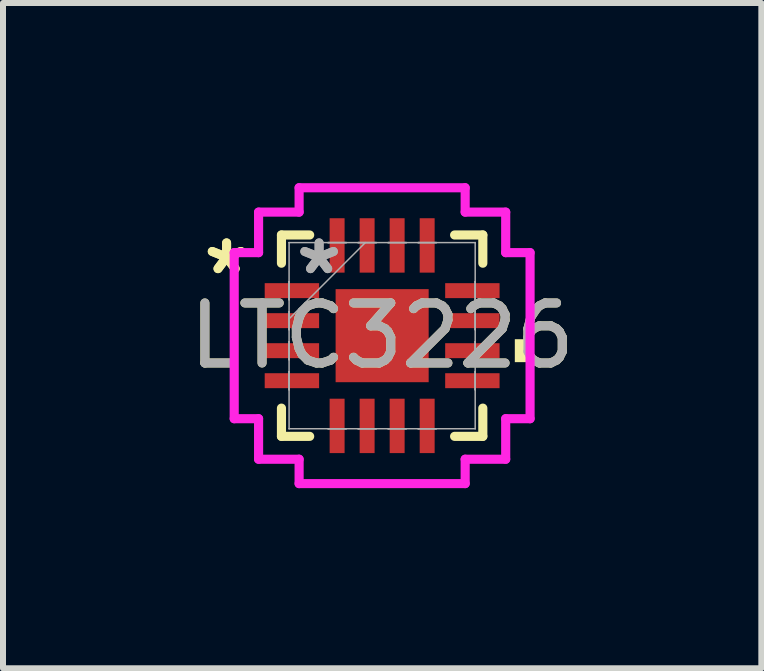
<source format=kicad_pcb>
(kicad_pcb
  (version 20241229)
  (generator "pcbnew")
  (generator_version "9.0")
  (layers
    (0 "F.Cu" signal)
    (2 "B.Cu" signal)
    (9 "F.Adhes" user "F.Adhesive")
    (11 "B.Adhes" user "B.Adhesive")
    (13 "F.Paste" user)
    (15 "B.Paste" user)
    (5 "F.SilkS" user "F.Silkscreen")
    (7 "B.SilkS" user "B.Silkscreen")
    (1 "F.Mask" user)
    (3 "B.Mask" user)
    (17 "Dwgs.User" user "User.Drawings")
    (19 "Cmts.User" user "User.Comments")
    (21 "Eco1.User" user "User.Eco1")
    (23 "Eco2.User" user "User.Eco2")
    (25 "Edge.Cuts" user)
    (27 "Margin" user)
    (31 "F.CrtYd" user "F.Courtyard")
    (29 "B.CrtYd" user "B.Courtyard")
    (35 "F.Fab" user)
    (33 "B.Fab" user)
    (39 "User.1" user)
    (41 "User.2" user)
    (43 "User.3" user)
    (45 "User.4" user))
  (footprint "LTC3226"
    (layer "F.Cu")
    (at 3.315 2.541)
    (property "Reference" "LTC3226" (at 0 0 0) (unlocked yes) (layer "F.SilkS") (effects (font (size 1 1) (thickness 0.15))))
    (attr smd)
    (fp_line (start -1.677 -1.677) (end -1.677 -1.207) (stroke (width 0.152) (type solid)) (layer "F.SilkS"))
    (fp_line (start -1.677 1.207) (end -1.677 1.677) (stroke (width 0.152) (type solid)) (layer "F.SilkS"))
    (fp_line (start -1.677 1.677) (end -1.207 1.677) (stroke (width 0.152) (type solid)) (layer "F.SilkS"))
    (fp_line (start -1.207 -1.677) (end -1.677 -1.677) (stroke (width 0.152) (type solid)) (layer "F.SilkS"))
    (fp_line (start 1.207 1.677) (end 1.677 1.677) (stroke (width 0.152) (type solid)) (layer "F.SilkS"))
    (fp_line (start 1.677 -1.677) (end 1.207 -1.677) (stroke (width 0.152) (type solid)) (layer "F.SilkS"))
    (fp_line (start 1.677 -1.207) (end 1.677 -1.677) (stroke (width 0.152) (type solid)) (layer "F.SilkS"))
    (fp_line (start 1.677 1.677) (end 1.677 1.207) (stroke (width 0.152) (type solid)) (layer "F.SilkS"))
    (fp_poly (pts (xy 2.464 0.059) (xy 2.464 0.441) (xy 2.21 0.441) (xy 2.21 0.059)) (stroke (width 0) (type solid)) (fill yes) (layer "F.SilkS"))
    (fp_line (start -2.464 -1.383) (end -2.058 -1.383) (stroke (width 0.152) (type solid)) (layer "F.CrtYd"))
    (fp_line (start -2.464 1.383) (end -2.464 -1.383) (stroke (width 0.152) (type solid)) (layer "F.CrtYd"))
    (fp_line (start -2.058 -2.058) (end -1.383 -2.058) (stroke (width 0.152) (type solid)) (layer "F.CrtYd"))
    (fp_line (start -2.058 -1.383) (end -2.058 -2.058) (stroke (width 0.152) (type solid)) (layer "F.CrtYd"))
    (fp_line (start -2.058 1.383) (end -2.464 1.383) (stroke (width 0.152) (type solid)) (layer "F.CrtYd"))
    (fp_line (start -2.058 2.058) (end -2.058 1.383) (stroke (width 0.152) (type solid)) (layer "F.CrtYd"))
    (fp_line (start -1.383 -2.464) (end 1.383 -2.464) (stroke (width 0.152) (type solid)) (layer "F.CrtYd"))
    (fp_line (start -1.383 -2.058) (end -1.383 -2.464) (stroke (width 0.152) (type solid)) (layer "F.CrtYd"))
    (fp_line (start -1.383 2.058) (end -2.058 2.058) (stroke (width 0.152) (type solid)) (layer "F.CrtYd"))
    (fp_line (start -1.383 2.464) (end -1.383 2.058) (stroke (width 0.152) (type solid)) (layer "F.CrtYd"))
    (fp_line (start 1.383 -2.464) (end 1.383 -2.058) (stroke (width 0.152) (type solid)) (layer "F.CrtYd"))
    (fp_line (start 1.383 -2.058) (end 2.058 -2.058) (stroke (width 0.152) (type solid)) (layer "F.CrtYd"))
    (fp_line (start 1.383 2.058) (end 1.383 2.464) (stroke (width 0.152) (type solid)) (layer "F.CrtYd"))
    (fp_line (start 1.383 2.464) (end -1.383 2.464) (stroke (width 0.152) (type solid)) (layer "F.CrtYd"))
    (fp_line (start 2.058 -2.058) (end 2.058 -1.383) (stroke (width 0.152) (type solid)) (layer "F.CrtYd"))
    (fp_line (start 2.058 -1.383) (end 2.464 -1.383) (stroke (width 0.152) (type solid)) (layer "F.CrtYd"))
    (fp_line (start 2.058 1.383) (end 2.058 2.058) (stroke (width 0.152) (type solid)) (layer "F.CrtYd"))
    (fp_line (start 2.058 2.058) (end 1.383 2.058) (stroke (width 0.152) (type solid)) (layer "F.CrtYd"))
    (fp_line (start 2.464 -1.383) (end 2.464 1.383) (stroke (width 0.152) (type solid)) (layer "F.CrtYd"))
    (fp_line (start 2.464 1.383) (end 2.058 1.383) (stroke (width 0.152) (type solid)) (layer "F.CrtYd"))
    (fp_line (start -1.55 -1.55) (end -1.55 -1.55) (stroke (width 0.025) (type solid)) (layer "F.Fab"))
    (fp_line (start -1.55 -1.55) (end -1.55 1.55) (stroke (width 0.025) (type solid)) (layer "F.Fab"))
    (fp_line (start -1.55 -0.9) (end -1.55 -0.9) (stroke (width 0.025) (type solid)) (layer "F.Fab"))
    (fp_line (start -1.55 -0.9) (end -1.55 -0.6) (stroke (width 0.025) (type solid)) (layer "F.Fab"))
    (fp_line (start -1.55 -0.6) (end -1.55 -0.9) (stroke (width 0.025) (type solid)) (layer "F.Fab"))
    (fp_line (start -1.55 -0.6) (end -1.55 -0.6) (stroke (width 0.025) (type solid)) (layer "F.Fab"))
    (fp_line (start -1.55 -0.4) (end -1.55 -0.4) (stroke (width 0.025) (type solid)) (layer "F.Fab"))
    (fp_line (start -1.55 -0.4) (end -1.55 -0.1) (stroke (width 0.025) (type solid)) (layer "F.Fab"))
    (fp_line (start -1.55 -0.28) (end -0.28 -1.55) (stroke (width 0.025) (type solid)) (layer "F.Fab"))
    (fp_line (start -1.55 -0.1) (end -1.55 -0.4) (stroke (width 0.025) (type solid)) (layer "F.Fab"))
    (fp_line (start -1.55 -0.1) (end -1.55 -0.1) (stroke (width 0.025) (type solid)) (layer "F.Fab"))
    (fp_line (start -1.55 0.1) (end -1.55 0.1) (stroke (width 0.025) (type solid)) (layer "F.Fab"))
    (fp_line (start -1.55 0.1) (end -1.55 0.4) (stroke (width 0.025) (type solid)) (layer "F.Fab"))
    (fp_line (start -1.55 0.4) (end -1.55 0.1) (stroke (width 0.025) (type solid)) (layer "F.Fab"))
    (fp_line (start -1.55 0.4) (end -1.55 0.4) (stroke (width 0.025) (type solid)) (layer "F.Fab"))
    (fp_line (start -1.55 0.6) (end -1.55 0.6) (stroke (width 0.025) (type solid)) (layer "F.Fab"))
    (fp_line (start -1.55 0.6) (end -1.55 0.9) (stroke (width 0.025) (type solid)) (layer "F.Fab"))
    (fp_line (start -1.55 0.9) (end -1.55 0.6) (stroke (width 0.025) (type solid)) (layer "F.Fab"))
    (fp_line (start -1.55 0.9) (end -1.55 0.9) (stroke (width 0.025) (type solid)) (layer "F.Fab"))
    (fp_line (start -1.55 1.55) (end -1.55 1.55) (stroke (width 0.025) (type solid)) (layer "F.Fab"))
    (fp_line (start -1.55 1.55) (end 1.55 1.55) (stroke (width 0.025) (type solid)) (layer "F.Fab"))
    (fp_line (start -0.9 -1.55) (end -0.9 -1.55) (stroke (width 0.025) (type solid)) (layer "F.Fab"))
    (fp_line (start -0.9 -1.55) (end -0.6 -1.55) (stroke (width 0.025) (type solid)) (layer "F.Fab"))
    (fp_line (start -0.9 1.55) (end -0.9 1.55) (stroke (width 0.025) (type solid)) (layer "F.Fab"))
    (fp_line (start -0.9 1.55) (end -0.6 1.55) (stroke (width 0.025) (type solid)) (layer "F.Fab"))
    (fp_line (start -0.6 -1.55) (end -0.9 -1.55) (stroke (width 0.025) (type solid)) (layer "F.Fab"))
    (fp_line (start -0.6 -1.55) (end -0.6 -1.55) (stroke (width 0.025) (type solid)) (layer "F.Fab"))
    (fp_line (start -0.6 1.55) (end -0.9 1.55) (stroke (width 0.025) (type solid)) (layer "F.Fab"))
    (fp_line (start -0.6 1.55) (end -0.6 1.55) (stroke (width 0.025) (type solid)) (layer "F.Fab"))
    (fp_line (start -0.4 -1.55) (end -0.4 -1.55) (stroke (width 0.025) (type solid)) (layer "F.Fab"))
    (fp_line (start -0.4 -1.55) (end -0.1 -1.55) (stroke (width 0.025) (type solid)) (layer "F.Fab"))
    (fp_line (start -0.4 1.55) (end -0.4 1.55) (stroke (width 0.025) (type solid)) (layer "F.Fab"))
    (fp_line (start -0.4 1.55) (end -0.1 1.55) (stroke (width 0.025) (type solid)) (layer "F.Fab"))
    (fp_line (start -0.1 -1.55) (end -0.4 -1.55) (stroke (width 0.025) (type solid)) (layer "F.Fab"))
    (fp_line (start -0.1 -1.55) (end -0.1 -1.55) (stroke (width 0.025) (type solid)) (layer "F.Fab"))
    (fp_line (start -0.1 1.55) (end -0.4 1.55) (stroke (width 0.025) (type solid)) (layer "F.Fab"))
    (fp_line (start -0.1 1.55) (end -0.1 1.55) (stroke (width 0.025) (type solid)) (layer "F.Fab"))
    (fp_line (start 0.1 -1.55) (end 0.1 -1.55) (stroke (width 0.025) (type solid)) (layer "F.Fab"))
    (fp_line (start 0.1 -1.55) (end 0.4 -1.55) (stroke (width 0.025) (type solid)) (layer "F.Fab"))
    (fp_line (start 0.1 1.55) (end 0.1 1.55) (stroke (width 0.025) (type solid)) (layer "F.Fab"))
    (fp_line (start 0.1 1.55) (end 0.4 1.55) (stroke (width 0.025) (type solid)) (layer "F.Fab"))
    (fp_line (start 0.4 -1.55) (end 0.1 -1.55) (stroke (width 0.025) (type solid)) (layer "F.Fab"))
    (fp_line (start 0.4 -1.55) (end 0.4 -1.55) (stroke (width 0.025) (type solid)) (layer "F.Fab"))
    (fp_line (start 0.4 1.55) (end 0.1 1.55) (stroke (width 0.025) (type solid)) (layer "F.Fab"))
    (fp_line (start 0.4 1.55) (end 0.4 1.55) (stroke (width 0.025) (type solid)) (layer "F.Fab"))
    (fp_line (start 0.6 -1.55) (end 0.6 -1.55) (stroke (width 0.025) (type solid)) (layer "F.Fab"))
    (fp_line (start 0.6 -1.55) (end 0.9 -1.55) (stroke (width 0.025) (type solid)) (layer "F.Fab"))
    (fp_line (start 0.6 1.55) (end 0.6 1.55) (stroke (width 0.025) (type solid)) (layer "F.Fab"))
    (fp_line (start 0.6 1.55) (end 0.9 1.55) (stroke (width 0.025) (type solid)) (layer "F.Fab"))
    (fp_line (start 0.9 -1.55) (end 0.6 -1.55) (stroke (width 0.025) (type solid)) (layer "F.Fab"))
    (fp_line (start 0.9 -1.55) (end 0.9 -1.55) (stroke (width 0.025) (type solid)) (layer "F.Fab"))
    (fp_line (start 0.9 1.55) (end 0.6 1.55) (stroke (width 0.025) (type solid)) (layer "F.Fab"))
    (fp_line (start 0.9 1.55) (end 0.9 1.55) (stroke (width 0.025) (type solid)) (layer "F.Fab"))
    (fp_line (start 1.55 -1.55) (end -1.55 -1.55) (stroke (width 0.025) (type solid)) (layer "F.Fab"))
    (fp_line (start 1.55 -1.55) (end 1.55 -1.55) (stroke (width 0.025) (type solid)) (layer "F.Fab"))
    (fp_line (start 1.55 -0.9) (end 1.55 -0.9) (stroke (width 0.025) (type solid)) (layer "F.Fab"))
    (fp_line (start 1.55 -0.9) (end 1.55 -0.6) (stroke (width 0.025) (type solid)) (layer "F.Fab"))
    (fp_line (start 1.55 -0.6) (end 1.55 -0.9) (stroke (width 0.025) (type solid)) (layer "F.Fab"))
    (fp_line (start 1.55 -0.6) (end 1.55 -0.6) (stroke (width 0.025) (type solid)) (layer "F.Fab"))
    (fp_line (start 1.55 -0.4) (end 1.55 -0.4) (stroke (width 0.025) (type solid)) (layer "F.Fab"))
    (fp_line (start 1.55 -0.4) (end 1.55 -0.1) (stroke (width 0.025) (type solid)) (layer "F.Fab"))
    (fp_line (start 1.55 -0.1) (end 1.55 -0.4) (stroke (width 0.025) (type solid)) (layer "F.Fab"))
    (fp_line (start 1.55 -0.1) (end 1.55 -0.1) (stroke (width 0.025) (type solid)) (layer "F.Fab"))
    (fp_line (start 1.55 0.1) (end 1.55 0.1) (stroke (width 0.025) (type solid)) (layer "F.Fab"))
    (fp_line (start 1.55 0.1) (end 1.55 0.4) (stroke (width 0.025) (type solid)) (layer "F.Fab"))
    (fp_line (start 1.55 0.4) (end 1.55 0.1) (stroke (width 0.025) (type solid)) (layer "F.Fab"))
    (fp_line (start 1.55 0.4) (end 1.55 0.4) (stroke (width 0.025) (type solid)) (layer "F.Fab"))
    (fp_line (start 1.55 0.6) (end 1.55 0.6) (stroke (width 0.025) (type solid)) (layer "F.Fab"))
    (fp_line (start 1.55 0.6) (end 1.55 0.9) (stroke (width 0.025) (type solid)) (layer "F.Fab"))
    (fp_line (start 1.55 0.9) (end 1.55 0.6) (stroke (width 0.025) (type solid)) (layer "F.Fab"))
    (fp_line (start 1.55 0.9) (end 1.55 0.9) (stroke (width 0.025) (type solid)) (layer "F.Fab"))
    (fp_line (start 1.55 1.55) (end 1.55 -1.55) (stroke (width 0.025) (type solid)) (layer "F.Fab"))
    (fp_line (start 1.55 1.55) (end 1.55 1.55) (stroke (width 0.025) (type solid)) (layer "F.Fab"))
    (fp_text user "*" (at -2.591 -1 0) (unlocked yes) (layer "F.SilkS") (effects (font (size 1 1) (thickness 0.15))))
    (fp_text user "*" (at -2.591 -1 0) (layer "F.SilkS") (effects (font (size 1 1) (thickness 0.15))))
    (fp_text user "*" (at -1.05 -1 0) (layer "F.Fab") (effects (font (size 1 1) (thickness 0.15))))
    (fp_text user "*" (at -1.05 -1 0) (unlocked yes) (layer "F.Fab") (effects (font (size 1 1) (thickness 0.15))))
    (fp_text user "${REFERENCE}" (at 0 0 0) (unlocked yes) (layer "F.Fab") (effects (font (size 1 1) (thickness 0.15))))
    (pad "1" smd rect (at -1.503 -0.75 90) (size 0.249 0.906) (layers "F.Cu" "F.Mask" "F.Paste"))
    (pad "2" smd rect (at -1.503 -0.25 90) (size 0.249 0.906) (layers "F.Cu" "F.Mask" "F.Paste"))
    (pad "3" smd rect (at -1.503 0.25 90) (size 0.249 0.906) (layers "F.Cu" "F.Mask" "F.Paste"))
    (pad "4" smd rect (at -1.503 0.75 90) (size 0.249 0.906) (layers "F.Cu" "F.Mask" "F.Paste"))
    (pad "5" smd rect (at -0.75 1.503) (size 0.249 0.906) (layers "F.Cu" "F.Mask" "F.Paste"))
    (pad "6" smd rect (at -0.25 1.503) (size 0.249 0.906) (layers "F.Cu" "F.Mask" "F.Paste"))
    (pad "7" smd rect (at 0.25 1.503) (size 0.249 0.906) (layers "F.Cu" "F.Mask" "F.Paste"))
    (pad "8" smd rect (at 0.75 1.503) (size 0.249 0.906) (layers "F.Cu" "F.Mask" "F.Paste"))
    (pad "9" smd rect (at 1.503 0.75 90) (size 0.249 0.906) (layers "F.Cu" "F.Mask" "F.Paste"))
    (pad "10" smd rect (at 1.503 0.25 90) (size 0.249 0.906) (layers "F.Cu" "F.Mask" "F.Paste"))
    (pad "11" smd rect (at 1.503 -0.25 90) (size 0.249 0.906) (layers "F.Cu" "F.Mask" "F.Paste"))
    (pad "12" smd rect (at 1.503 -0.75 90) (size 0.249 0.906) (layers "F.Cu" "F.Mask" "F.Paste"))
    (pad "13" smd rect (at 0.75 -1.503) (size 0.249 0.906) (layers "F.Cu" "F.Mask" "F.Paste"))
    (pad "14" smd rect (at 0.25 -1.503) (size 0.249 0.906) (layers "F.Cu" "F.Mask" "F.Paste"))
    (pad "15" smd rect (at -0.25 -1.503) (size 0.249 0.906) (layers "F.Cu" "F.Mask" "F.Paste"))
    (pad "16" smd rect (at -0.75 -1.503) (size 0.249 0.906) (layers "F.Cu" "F.Mask" "F.Paste"))
    (pad "17" smd rect (at 0 0) (size 1.55 1.55) (layers "F.Cu" "F.Mask" "F.Paste")))
  (gr_rect
    (start -3 -3)
    (end 9.631 8.081)
    (stroke (width 0.1) (type default))
    (fill no)
    (layer "Edge.Cuts")))
</source>
